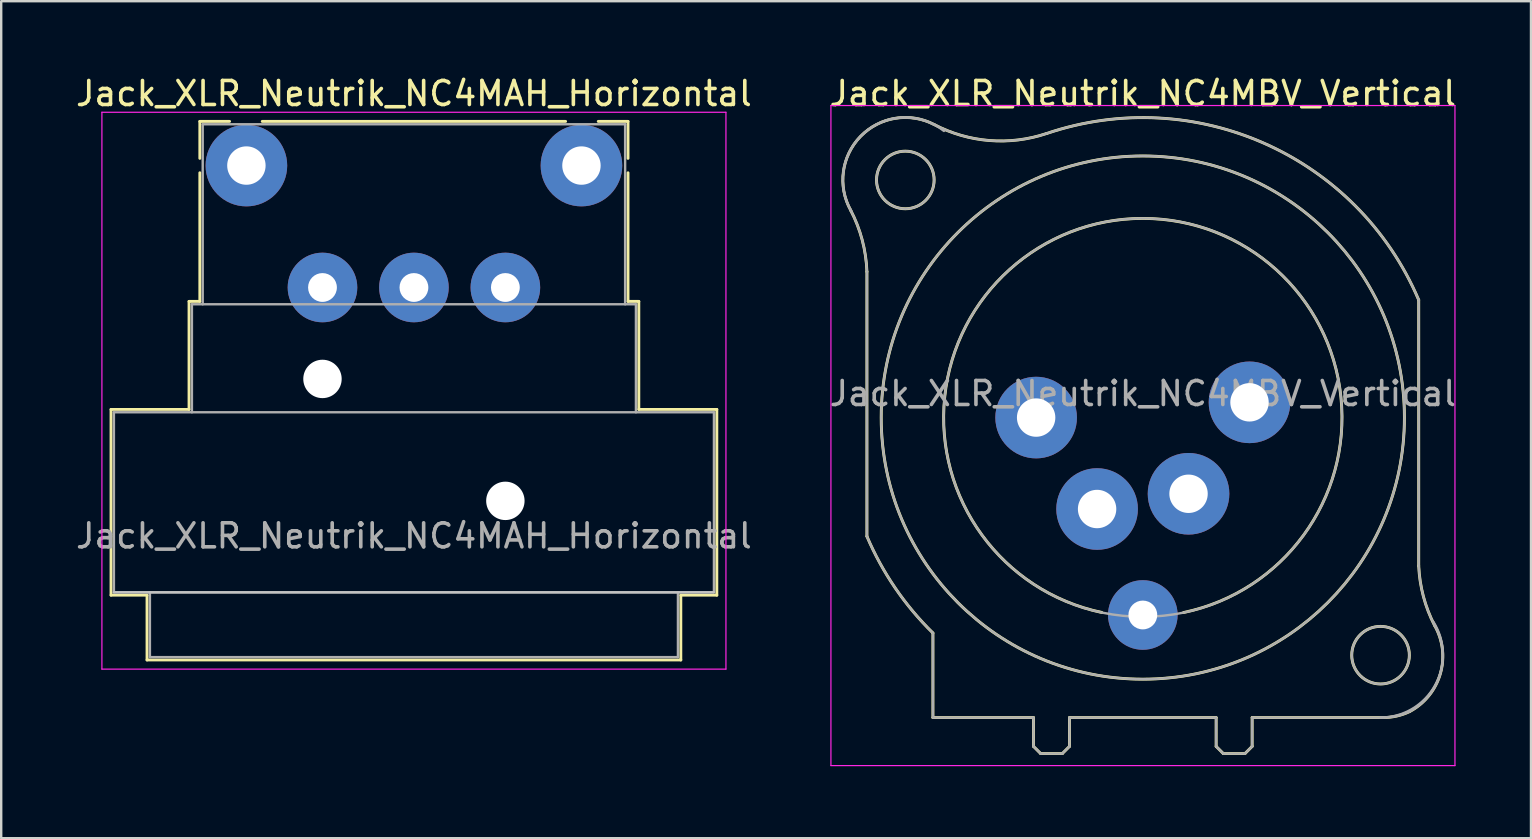
<source format=kicad_pcb>
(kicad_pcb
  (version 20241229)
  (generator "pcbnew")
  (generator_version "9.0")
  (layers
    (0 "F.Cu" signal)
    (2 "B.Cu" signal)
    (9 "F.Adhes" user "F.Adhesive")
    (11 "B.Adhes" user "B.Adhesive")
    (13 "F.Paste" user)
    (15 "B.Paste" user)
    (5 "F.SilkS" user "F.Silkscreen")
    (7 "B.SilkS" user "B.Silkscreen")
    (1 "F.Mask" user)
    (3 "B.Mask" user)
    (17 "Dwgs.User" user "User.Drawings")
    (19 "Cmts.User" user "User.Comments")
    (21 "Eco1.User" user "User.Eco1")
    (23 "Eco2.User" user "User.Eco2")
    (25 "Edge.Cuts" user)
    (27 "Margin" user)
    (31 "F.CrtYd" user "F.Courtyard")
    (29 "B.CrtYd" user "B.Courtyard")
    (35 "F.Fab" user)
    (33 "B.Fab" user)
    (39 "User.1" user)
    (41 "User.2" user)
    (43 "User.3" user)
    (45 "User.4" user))
  (footprint "Jack_XLR_Neutrik_NC4MAH_Horizontal"
    (layer "F.Cu")
    (at 7.216 3.848)
    (property "Reference" "Jack_XLR_Neutrik_NC4MAH_Horizontal" (at 6.98 -3 0) (layer "F.SilkS") (effects (font (size 1 1) (thickness 0.15))))
    (attr through_hole)
    (fp_line (start -5.64 10.16) (end -2.39 10.16) (stroke (width 0.12) (type solid)) (layer "F.SilkS"))
    (fp_line (start -5.64 17.9) (end -5.64 10.16) (stroke (width 0.12) (type solid)) (layer "F.SilkS"))
    (fp_line (start -4.14 17.9) (end -5.64 17.9) (stroke (width 0.12) (type solid)) (layer "F.SilkS"))
    (fp_line (start -4.14 17.9) (end -4.14 20.6) (stroke (width 0.12) (type solid)) (layer "F.SilkS"))
    (fp_line (start -2.39 10.16) (end -2.39 5.66) (stroke (width 0.12) (type solid)) (layer "F.SilkS"))
    (fp_line (start -1.94 -1.84) (end -1.94 -0.3) (stroke (width 0.12) (type solid)) (layer "F.SilkS"))
    (fp_line (start -1.94 -1.84) (end -0.7 -1.84) (stroke (width 0.12) (type solid)) (layer "F.SilkS"))
    (fp_line (start -1.94 5.66) (end -2.39 5.66) (stroke (width 0.12) (type solid)) (layer "F.SilkS"))
    (fp_line (start -1.94 5.66) (end -1.94 0.3) (stroke (width 0.12) (type solid)) (layer "F.SilkS"))
    (fp_line (start 13.3 -1.84) (end 0.66 -1.84) (stroke (width 0.12) (type solid)) (layer "F.SilkS"))
    (fp_line (start 15.9 -1.84) (end 14.66 -1.84) (stroke (width 0.12) (type solid)) (layer "F.SilkS"))
    (fp_line (start 15.9 -1.84) (end 15.9 -0.3) (stroke (width 0.12) (type solid)) (layer "F.SilkS"))
    (fp_line (start 15.9 5.66) (end 15.9 0.3) (stroke (width 0.12) (type solid)) (layer "F.SilkS"))
    (fp_line (start 15.9 5.66) (end 16.35 5.66) (stroke (width 0.12) (type solid)) (layer "F.SilkS"))
    (fp_line (start 16.35 10.16) (end 16.35 5.66) (stroke (width 0.12) (type solid)) (layer "F.SilkS"))
    (fp_line (start 16.35 10.16) (end 19.6 10.16) (stroke (width 0.12) (type solid)) (layer "F.SilkS"))
    (fp_line (start 18.1 17.9) (end 18.1 20.6) (stroke (width 0.12) (type solid)) (layer "F.SilkS"))
    (fp_line (start 18.1 20.6) (end -4.14 20.6) (stroke (width 0.12) (type solid)) (layer "F.SilkS"))
    (fp_line (start 19.6 17.9) (end 18.1 17.9) (stroke (width 0.12) (type solid)) (layer "F.SilkS"))
    (fp_line (start 19.6 17.9) (end 19.6 10.16) (stroke (width 0.12) (type solid)) (layer "F.SilkS"))
    (fp_line (start 19.48 17.78) (end -5.52 17.78) (stroke (width 0.1) (type solid)) (layer "Dwgs.User"))
    (fp_line (start -6.02 20.98) (end -6.02 -2.22) (stroke (width 0.05) (type solid)) (layer "F.CrtYd"))
    (fp_line (start 19.98 -2.22) (end -6.02 -2.22) (stroke (width 0.05) (type solid)) (layer "F.CrtYd"))
    (fp_line (start 19.98 20.98) (end -6.02 20.98) (stroke (width 0.05) (type solid)) (layer "F.CrtYd"))
    (fp_line (start 19.98 20.98) (end 19.98 -2.22) (stroke (width 0.05) (type solid)) (layer "F.CrtYd"))
    (fp_line (start -5.52 10.28) (end 19.48 10.28) (stroke (width 0.1) (type solid)) (layer "F.Fab"))
    (fp_line (start -5.52 17.78) (end -5.52 10.28) (stroke (width 0.1) (type solid)) (layer "F.Fab"))
    (fp_line (start -4.02 20.48) (end -4.02 17.78) (stroke (width 0.1) (type solid)) (layer "F.Fab"))
    (fp_line (start -2.27 5.78) (end -2.27 10.28) (stroke (width 0.1) (type solid)) (layer "F.Fab"))
    (fp_line (start -2.27 5.78) (end 16.23 5.78) (stroke (width 0.1) (type solid)) (layer "F.Fab"))
    (fp_line (start -1.82 5.78) (end -1.82 -1.72) (stroke (width 0.1) (type solid)) (layer "F.Fab"))
    (fp_line (start 15.78 -1.72) (end -1.82 -1.72) (stroke (width 0.1) (type solid)) (layer "F.Fab"))
    (fp_line (start 15.78 5.78) (end 15.78 -1.72) (stroke (width 0.1) (type solid)) (layer "F.Fab"))
    (fp_line (start 16.23 10.28) (end 16.23 5.78) (stroke (width 0.1) (type solid)) (layer "F.Fab"))
    (fp_line (start 17.98 17.78) (end 17.98 20.48) (stroke (width 0.1) (type solid)) (layer "F.Fab"))
    (fp_line (start 17.98 20.48) (end -4.02 20.48) (stroke (width 0.1) (type solid)) (layer "F.Fab"))
    (fp_line (start 19.48 10.28) (end 19.48 17.78) (stroke (width 0.1) (type solid)) (layer "F.Fab"))
    (fp_line (start 19.48 17.78) (end -5.52 17.78) (stroke (width 0.1) (type solid)) (layer "F.Fab"))
    (fp_text user "${REFERENCE}" (at 6.98 15.43 0) (layer "F.Fab") (effects (font (size 1 1) (thickness 0.15))))
    (pad "" np_thru_hole circle (at 3.17 8.89) (size 1.6 1.6) (drill 1.6) (layers "*.Cu" "*.Mask"))
    (pad "" np_thru_hole circle (at 10.79 13.97) (size 1.6 1.6) (drill 1.6) (layers "*.Cu" "*.Mask"))
    (pad "1" thru_hole circle (at 0 0) (size 3.4 3.4) (drill 1.6) (layers "*.Cu" "*.Mask"))
    (pad "2" thru_hole circle (at 3.17 5.08) (size 2.9 2.9) (drill 1.2) (layers "*.Cu" "*.Mask"))
    (pad "3" thru_hole circle (at 10.79 5.08) (size 2.9 2.9) (drill 1.2) (layers "*.Cu" "*.Mask"))
    (pad "4" thru_hole circle (at 13.96 0) (size 3.4 3.4) (drill 1.6) (layers "*.Cu" "*.Mask"))
    (pad "G" thru_hole circle (at 6.98 5.08) (size 2.9 2.9) (drill 1.2) (layers "*.Cu" "*.Mask")))
  (footprint "Jack_XLR_Neutrik_NC4MBV_Vertical"
    (layer "F.Cu")
    (at 40.12 14.348)
    (property "Reference" "Jack_XLR_Neutrik_NC4MBV_Vertical" (at 4.445 -13.5 0) (layer "F.SilkS") (effects (font (size 1 1) (thickness 0.15))))
    (attr through_hole)
    (fp_line (start -7.05 -6.08) (end -7.05 4.95) (stroke (width 0.12) (type solid)) (layer "F.SilkS"))
    (fp_line (start -4.3 12.5) (end -4.3 8.98) (stroke (width 0.12) (type solid)) (layer "F.SilkS"))
    (fp_line (start -0.11 12.5) (end -4.3 12.5) (stroke (width 0.12) (type solid)) (layer "F.SilkS"))
    (fp_line (start -0.11 12.5) (end -0.11 13.7) (stroke (width 0.12) (type solid)) (layer "F.SilkS"))
    (fp_line (start -0.11 13.7) (end 0.19 14) (stroke (width 0.12) (type solid)) (layer "F.SilkS"))
    (fp_line (start 1.09 14) (end 0.19 14) (stroke (width 0.12) (type solid)) (layer "F.SilkS"))
    (fp_line (start 1.39 12.5) (end 1.39 13.7) (stroke (width 0.12) (type solid)) (layer "F.SilkS"))
    (fp_line (start 1.39 13.7) (end 1.09 14) (stroke (width 0.12) (type solid)) (layer "F.SilkS"))
    (fp_line (start 7.5 12.5) (end 1.39 12.5) (stroke (width 0.12) (type solid)) (layer "F.SilkS"))
    (fp_line (start 7.5 12.5) (end 7.5 13.7) (stroke (width 0.12) (type solid)) (layer "F.SilkS"))
    (fp_line (start 7.5 13.7) (end 7.8 14) (stroke (width 0.12) (type solid)) (layer "F.SilkS"))
    (fp_line (start 7.8 14) (end 8.7 14) (stroke (width 0.12) (type solid)) (layer "F.SilkS"))
    (fp_line (start 9 12.5) (end 9 13.7) (stroke (width 0.12) (type solid)) (layer "F.SilkS"))
    (fp_line (start 9 13.7) (end 8.7 14) (stroke (width 0.12) (type solid)) (layer "F.SilkS"))
    (fp_line (start 14.45 12.5) (end 9 12.5) (stroke (width 0.12) (type solid)) (layer "F.SilkS"))
    (fp_line (start 15.94 6.18) (end 15.94 -4.9) (stroke (width 0.12) (type solid)) (layer "F.SilkS"))
    (fp_arc (start -7.729201 -8.641635) (mid -7.2465 -7.39876) (end -7.05 -6.08) (stroke (width 0.12) (type solid)) (layer "F.SilkS"))
    (fp_arc (start -7.725637 -8.636048) (mid -7.316154 -11.714819) (end -4.25 -12.21) (stroke (width 0.12) (type solid)) (layer "F.SilkS"))
    (fp_arc (start -4.299846 8.975956) (mid -5.873184 7.098411) (end -7.05 4.95) (stroke (width 0.12) (type solid)) (layer "F.SilkS"))
    (fp_arc (start 0.433843 -11.835383) (mid -1.946442 -11.543029) (end -4.25 -12.21) (stroke (width 0.12) (type solid)) (layer "F.SilkS"))
    (fp_arc (start 0.441327 -11.837045) (mid 9.549963 -11.405454) (end 15.94 -4.9) (stroke (width 0.12) (type solid)) (layer "F.SilkS"))
    (fp_arc (start 2.735 8.12) (mid 4.451114 -8.2981) (end 6.143033 8.122511) (stroke (width 0.12) (type solid)) (layer "F.SilkS"))
    (fp_arc (start 15.558668 12.251777) (mid 15.018058 12.437185) (end 14.45 12.5) (stroke (width 0.12) (type solid)) (layer "F.SilkS"))
    (fp_arc (start 16.596979 8.653179) (mid 16.135244 7.451985) (end 15.94 6.18) (stroke (width 0.12) (type solid)) (layer "F.SilkS"))
    (fp_arc (start 16.598286 8.654414) (mid 16.841335 10.672303) (end 15.56 12.25) (stroke (width 0.12) (type solid)) (layer "F.SilkS"))
    (fp_circle (center -5.45 -9.9) (end -4.25 -9.9) (stroke (width 0.12) (type solid)) (fill no) (layer "F.SilkS"))
    (fp_circle (center 4.445 0) (end 15.345 0) (stroke (width 0.12) (type solid)) (fill no) (layer "F.SilkS"))
    (fp_circle (center 14.35 9.9) (end 15.55 9.9) (stroke (width 0.12) (type solid)) (fill no) (layer "F.SilkS"))
    (fp_line (start -8.55 -13) (end 17.45 -13) (stroke (width 0.05) (type solid)) (layer "F.CrtYd"))
    (fp_line (start -8.55 14.5) (end -8.55 -13) (stroke (width 0.05) (type solid)) (layer "F.CrtYd"))
    (fp_line (start 17.45 -13) (end 17.45 14.5) (stroke (width 0.05) (type solid)) (layer "F.CrtYd"))
    (fp_line (start 17.45 14.5) (end -8.55 14.5) (stroke (width 0.05) (type solid)) (layer "F.CrtYd"))
    (fp_line (start -7.05 -6.08) (end -7.05 4.95) (stroke (width 0.1) (type solid)) (layer "F.Fab"))
    (fp_line (start -4.3 12.5) (end -4.3 8.98) (stroke (width 0.1) (type solid)) (layer "F.Fab"))
    (fp_line (start -0.11 12.5) (end -4.3 12.5) (stroke (width 0.1) (type solid)) (layer "F.Fab"))
    (fp_line (start -0.11 12.5) (end -0.11 13.7) (stroke (width 0.1) (type solid)) (layer "F.Fab"))
    (fp_line (start -0.11 13.7) (end 0.19 14) (stroke (width 0.1) (type solid)) (layer "F.Fab"))
    (fp_line (start 1.09 14) (end 0.19 14) (stroke (width 0.1) (type solid)) (layer "F.Fab"))
    (fp_line (start 1.39 12.5) (end 1.39 13.7) (stroke (width 0.1) (type solid)) (layer "F.Fab"))
    (fp_line (start 1.39 13.7) (end 1.09 14) (stroke (width 0.1) (type solid)) (layer "F.Fab"))
    (fp_line (start 7.5 12.5) (end 1.39 12.5) (stroke (width 0.1) (type solid)) (layer "F.Fab"))
    (fp_line (start 7.5 12.5) (end 7.5 13.7) (stroke (width 0.1) (type solid)) (layer "F.Fab"))
    (fp_line (start 7.5 13.7) (end 7.8 14) (stroke (width 0.1) (type solid)) (layer "F.Fab"))
    (fp_line (start 7.8 14) (end 8.7 14) (stroke (width 0.1) (type solid)) (layer "F.Fab"))
    (fp_line (start 9 12.5) (end 9 13.7) (stroke (width 0.1) (type solid)) (layer "F.Fab"))
    (fp_line (start 9 13.7) (end 8.7 14) (stroke (width 0.1) (type solid)) (layer "F.Fab"))
    (fp_line (start 14.45 12.5) (end 9 12.5) (stroke (width 0.1) (type solid)) (layer "F.Fab"))
    (fp_line (start 15.94 6.18) (end 15.94 -4.9) (stroke (width 0.1) (type solid)) (layer "F.Fab"))
    (fp_arc (start -7.729201 -8.641635) (mid -7.2465 -7.39876) (end -7.05 -6.08) (stroke (width 0.1) (type solid)) (layer "F.Fab"))
    (fp_arc (start -7.725637 -8.636048) (mid -7.316154 -11.714819) (end -4.25 -12.21) (stroke (width 0.1) (type solid)) (layer "F.Fab"))
    (fp_arc (start -7.685 -8.57) (mid -7.168921 -11.858868) (end -3.840849 -11.942067) (stroke (width 0.1) (type solid)) (layer "F.Fab"))
    (fp_arc (start -4.299846 8.975956) (mid -5.873184 7.098411) (end -7.05 4.95) (stroke (width 0.1) (type solid)) (layer "F.Fab"))
    (fp_arc (start 0.433843 -11.835383) (mid -1.946442 -11.543029) (end -4.25 -12.21) (stroke (width 0.1) (type solid)) (layer "F.Fab"))
    (fp_arc (start 0.441327 -11.837045) (mid 9.549963 -11.405454) (end 15.94 -4.9) (stroke (width 0.1) (type solid)) (layer "F.Fab"))
    (fp_arc (start 15.558668 12.251777) (mid 15.018058 12.437185) (end 14.45 12.5) (stroke (width 0.1) (type solid)) (layer "F.Fab"))
    (fp_arc (start 16.555 8.516) (mid 16.62253 11.159357) (end 14.343337 12.499945) (stroke (width 0.1) (type solid)) (layer "F.Fab"))
    (fp_arc (start 16.596979 8.653179) (mid 16.135244 7.451985) (end 15.94 6.18) (stroke (width 0.1) (type solid)) (layer "F.Fab"))
    (fp_arc (start 16.598286 8.654414) (mid 16.841335 10.672303) (end 15.56 12.25) (stroke (width 0.1) (type solid)) (layer "F.Fab"))
    (fp_circle (center -5.45 -9.9) (end -4.25 -9.9) (stroke (width 0.1) (type solid)) (fill no) (layer "F.Fab"))
    (fp_circle (center 4.445 0) (end 12.745 0) (stroke (width 0.1) (type solid)) (fill no) (layer "F.Fab"))
    (fp_circle (center 4.445 0) (end 15.345 0) (stroke (width 0.1) (type solid)) (fill no) (layer "F.Fab"))
    (fp_circle (center 14.35 9.9) (end 15.55 9.9) (stroke (width 0.1) (type solid)) (fill no) (layer "F.Fab"))
    (fp_text user "${REFERENCE}" (at 4.445 -1 0) (layer "F.Fab") (effects (font (size 1 1) (thickness 0.15))))
    (pad "1" thru_hole circle (at 0 0) (size 3.4 3.4) (drill 1.6) (layers "*.Cu" "*.Mask"))
    (pad "2" thru_hole circle (at 2.54 3.81) (size 3.4 3.4) (drill 1.6) (layers "*.Cu" "*.Mask"))
    (pad "3" thru_hole circle (at 6.35 3.175) (size 3.4 3.4) (drill 1.6) (layers "*.Cu" "*.Mask"))
    (pad "4" thru_hole circle (at 8.89 -0.635) (size 3.4 3.4) (drill 1.6) (layers "*.Cu" "*.Mask"))
    (pad "G" thru_hole circle (at 4.445 8.225) (size 2.9 2.9) (drill 1.2) (layers "*.Cu" "*.Mask")))
  (gr_rect
    (start -3 -3)
    (end 60.738 31.873)
    (stroke (width 0.1) (type default))
    (fill no)
    (layer "Edge.Cuts")))
</source>
